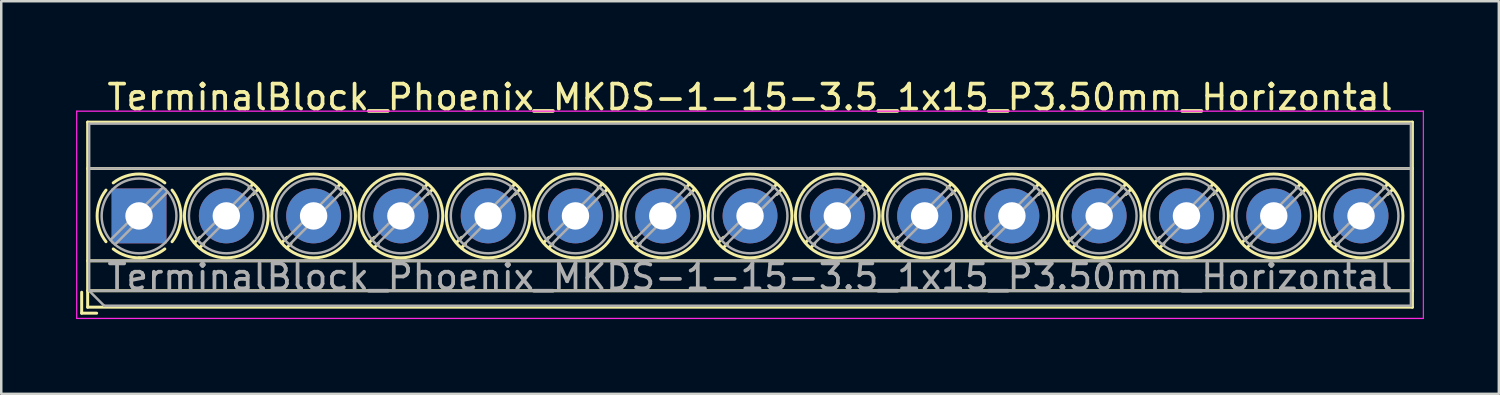
<source format=kicad_pcb>
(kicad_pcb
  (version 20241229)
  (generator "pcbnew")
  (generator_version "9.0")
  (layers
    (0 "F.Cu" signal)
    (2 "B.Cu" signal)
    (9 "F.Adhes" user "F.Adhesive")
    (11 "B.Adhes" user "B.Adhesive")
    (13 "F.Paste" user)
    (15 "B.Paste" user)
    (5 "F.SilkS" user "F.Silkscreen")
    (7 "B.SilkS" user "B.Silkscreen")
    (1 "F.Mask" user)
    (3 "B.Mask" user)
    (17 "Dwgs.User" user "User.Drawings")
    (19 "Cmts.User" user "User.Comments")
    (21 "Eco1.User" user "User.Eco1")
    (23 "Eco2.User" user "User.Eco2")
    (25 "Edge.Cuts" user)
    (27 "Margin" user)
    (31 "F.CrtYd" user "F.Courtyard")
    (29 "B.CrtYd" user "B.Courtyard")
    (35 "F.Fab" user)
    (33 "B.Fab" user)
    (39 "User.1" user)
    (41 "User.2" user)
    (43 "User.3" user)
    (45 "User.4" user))
  (footprint "TerminalBlock_Phoenix_MKDS-1-15-3.5_1x15_P3.50mm_Horizontal"
    (layer "F.Cu")
    (at 2.525 5.608)
    (property "Reference" "TerminalBlock_Phoenix_MKDS-1-15-3.5_1x15_P3.50mm_Horizontal" (at 24.5 -4.76 0) (layer "F.SilkS") (effects (font (size 1 1) (thickness 0.15))))
    (attr through_hole)
    (fp_line (start -2.3 3.06) (end -2.3 3.9) (stroke (width 0.12) (type solid)) (layer "F.SilkS"))
    (fp_line (start -2.3 3.9) (end -1.7 3.9) (stroke (width 0.12) (type solid)) (layer "F.SilkS"))
    (fp_line (start -2.06 -3.76) (end -2.06 3.66) (stroke (width 0.12) (type solid)) (layer "F.SilkS"))
    (fp_line (start -2.06 -3.76) (end 51.06 -3.76) (stroke (width 0.12) (type solid)) (layer "F.SilkS"))
    (fp_line (start -2.06 -1.9) (end 51.06 -1.9) (stroke (width 0.12) (type solid)) (layer "F.SilkS"))
    (fp_line (start -2.06 1.8) (end 51.06 1.8) (stroke (width 0.12) (type solid)) (layer "F.SilkS"))
    (fp_line (start -2.06 3) (end 51.06 3) (stroke (width 0.12) (type solid)) (layer "F.SilkS"))
    (fp_line (start -2.06 3.66) (end 51.06 3.66) (stroke (width 0.12) (type solid)) (layer "F.SilkS"))
    (fp_line (start 2.437 0.859) (end 2.226 1.069) (stroke (width 0.12) (type solid)) (layer "F.SilkS"))
    (fp_line (start 2.595 1.11) (end 2.431 1.274) (stroke (width 0.12) (type solid)) (layer "F.SilkS"))
    (fp_line (start 4.57 -1.275) (end 4.406 -1.111) (stroke (width 0.12) (type solid)) (layer "F.SilkS"))
    (fp_line (start 4.775 -1.069) (end 4.564 -0.859) (stroke (width 0.12) (type solid)) (layer "F.SilkS"))
    (fp_line (start 5.937 0.859) (end 5.726 1.069) (stroke (width 0.12) (type solid)) (layer "F.SilkS"))
    (fp_line (start 6.095 1.11) (end 5.931 1.274) (stroke (width 0.12) (type solid)) (layer "F.SilkS"))
    (fp_line (start 8.07 -1.275) (end 7.906 -1.111) (stroke (width 0.12) (type solid)) (layer "F.SilkS"))
    (fp_line (start 8.275 -1.069) (end 8.064 -0.859) (stroke (width 0.12) (type solid)) (layer "F.SilkS"))
    (fp_line (start 9.437 0.859) (end 9.226 1.069) (stroke (width 0.12) (type solid)) (layer "F.SilkS"))
    (fp_line (start 9.595 1.11) (end 9.431 1.274) (stroke (width 0.12) (type solid)) (layer "F.SilkS"))
    (fp_line (start 11.57 -1.275) (end 11.406 -1.111) (stroke (width 0.12) (type solid)) (layer "F.SilkS"))
    (fp_line (start 11.775 -1.069) (end 11.564 -0.859) (stroke (width 0.12) (type solid)) (layer "F.SilkS"))
    (fp_line (start 12.937 0.859) (end 12.726 1.069) (stroke (width 0.12) (type solid)) (layer "F.SilkS"))
    (fp_line (start 13.095 1.11) (end 12.931 1.274) (stroke (width 0.12) (type solid)) (layer "F.SilkS"))
    (fp_line (start 15.07 -1.275) (end 14.906 -1.111) (stroke (width 0.12) (type solid)) (layer "F.SilkS"))
    (fp_line (start 15.275 -1.069) (end 15.064 -0.859) (stroke (width 0.12) (type solid)) (layer "F.SilkS"))
    (fp_line (start 16.437 0.859) (end 16.226 1.069) (stroke (width 0.12) (type solid)) (layer "F.SilkS"))
    (fp_line (start 16.595 1.11) (end 16.431 1.274) (stroke (width 0.12) (type solid)) (layer "F.SilkS"))
    (fp_line (start 18.57 -1.275) (end 18.406 -1.111) (stroke (width 0.12) (type solid)) (layer "F.SilkS"))
    (fp_line (start 18.775 -1.069) (end 18.564 -0.859) (stroke (width 0.12) (type solid)) (layer "F.SilkS"))
    (fp_line (start 19.937 0.859) (end 19.726 1.069) (stroke (width 0.12) (type solid)) (layer "F.SilkS"))
    (fp_line (start 20.095 1.11) (end 19.931 1.274) (stroke (width 0.12) (type solid)) (layer "F.SilkS"))
    (fp_line (start 22.07 -1.275) (end 21.906 -1.111) (stroke (width 0.12) (type solid)) (layer "F.SilkS"))
    (fp_line (start 22.275 -1.069) (end 22.064 -0.859) (stroke (width 0.12) (type solid)) (layer "F.SilkS"))
    (fp_line (start 23.437 0.859) (end 23.226 1.069) (stroke (width 0.12) (type solid)) (layer "F.SilkS"))
    (fp_line (start 23.595 1.11) (end 23.431 1.274) (stroke (width 0.12) (type solid)) (layer "F.SilkS"))
    (fp_line (start 25.57 -1.275) (end 25.406 -1.111) (stroke (width 0.12) (type solid)) (layer "F.SilkS"))
    (fp_line (start 25.775 -1.069) (end 25.564 -0.859) (stroke (width 0.12) (type solid)) (layer "F.SilkS"))
    (fp_line (start 26.937 0.859) (end 26.726 1.069) (stroke (width 0.12) (type solid)) (layer "F.SilkS"))
    (fp_line (start 27.095 1.11) (end 26.931 1.274) (stroke (width 0.12) (type solid)) (layer "F.SilkS"))
    (fp_line (start 29.07 -1.275) (end 28.906 -1.111) (stroke (width 0.12) (type solid)) (layer "F.SilkS"))
    (fp_line (start 29.275 -1.069) (end 29.064 -0.859) (stroke (width 0.12) (type solid)) (layer "F.SilkS"))
    (fp_line (start 30.437 0.859) (end 30.226 1.069) (stroke (width 0.12) (type solid)) (layer "F.SilkS"))
    (fp_line (start 30.595 1.11) (end 30.431 1.274) (stroke (width 0.12) (type solid)) (layer "F.SilkS"))
    (fp_line (start 32.57 -1.275) (end 32.406 -1.111) (stroke (width 0.12) (type solid)) (layer "F.SilkS"))
    (fp_line (start 32.775 -1.069) (end 32.564 -0.859) (stroke (width 0.12) (type solid)) (layer "F.SilkS"))
    (fp_line (start 33.937 0.859) (end 33.726 1.069) (stroke (width 0.12) (type solid)) (layer "F.SilkS"))
    (fp_line (start 34.095 1.11) (end 33.931 1.274) (stroke (width 0.12) (type solid)) (layer "F.SilkS"))
    (fp_line (start 36.07 -1.275) (end 35.906 -1.111) (stroke (width 0.12) (type solid)) (layer "F.SilkS"))
    (fp_line (start 36.275 -1.069) (end 36.064 -0.859) (stroke (width 0.12) (type solid)) (layer "F.SilkS"))
    (fp_line (start 37.437 0.859) (end 37.226 1.069) (stroke (width 0.12) (type solid)) (layer "F.SilkS"))
    (fp_line (start 37.595 1.11) (end 37.431 1.274) (stroke (width 0.12) (type solid)) (layer "F.SilkS"))
    (fp_line (start 39.57 -1.275) (end 39.406 -1.111) (stroke (width 0.12) (type solid)) (layer "F.SilkS"))
    (fp_line (start 39.775 -1.069) (end 39.564 -0.859) (stroke (width 0.12) (type solid)) (layer "F.SilkS"))
    (fp_line (start 40.937 0.859) (end 40.726 1.069) (stroke (width 0.12) (type solid)) (layer "F.SilkS"))
    (fp_line (start 41.095 1.11) (end 40.931 1.274) (stroke (width 0.12) (type solid)) (layer "F.SilkS"))
    (fp_line (start 43.07 -1.275) (end 42.906 -1.111) (stroke (width 0.12) (type solid)) (layer "F.SilkS"))
    (fp_line (start 43.275 -1.069) (end 43.064 -0.859) (stroke (width 0.12) (type solid)) (layer "F.SilkS"))
    (fp_line (start 44.437 0.859) (end 44.226 1.069) (stroke (width 0.12) (type solid)) (layer "F.SilkS"))
    (fp_line (start 44.595 1.11) (end 44.431 1.274) (stroke (width 0.12) (type solid)) (layer "F.SilkS"))
    (fp_line (start 46.57 -1.275) (end 46.406 -1.111) (stroke (width 0.12) (type solid)) (layer "F.SilkS"))
    (fp_line (start 46.775 -1.069) (end 46.564 -0.859) (stroke (width 0.12) (type solid)) (layer "F.SilkS"))
    (fp_line (start 47.937 0.859) (end 47.726 1.069) (stroke (width 0.12) (type solid)) (layer "F.SilkS"))
    (fp_line (start 48.095 1.11) (end 47.931 1.274) (stroke (width 0.12) (type solid)) (layer "F.SilkS"))
    (fp_line (start 50.07 -1.275) (end 49.906 -1.111) (stroke (width 0.12) (type solid)) (layer "F.SilkS"))
    (fp_line (start 50.275 -1.069) (end 50.064 -0.859) (stroke (width 0.12) (type solid)) (layer "F.SilkS"))
    (fp_line (start 51.06 -3.76) (end 51.06 3.66) (stroke (width 0.12) (type solid)) (layer "F.SilkS"))
    (fp_arc (start -1.324561 1.034282) (mid -1.680536 -0.000456) (end -1.324 -1.035) (stroke (width 0.12) (type solid)) (layer "F.SilkS"))
    (fp_arc (start -1.034282 -1.324561) (mid 0.000456 -1.680536) (end 1.035 -1.324) (stroke (width 0.12) (type solid)) (layer "F.SilkS"))
    (fp_arc (start 0.028874 1.680288) (mid -0.533674 1.593548) (end -1.035 1.324) (stroke (width 0.12) (type solid)) (layer "F.SilkS"))
    (fp_arc (start 1.034311 1.323858) (mid 0.546954 1.588471) (end 0 1.68) (stroke (width 0.12) (type solid)) (layer "F.SilkS"))
    (fp_arc (start 1.324561 -1.034282) (mid 1.680536 0.000456) (end 1.324 1.035) (stroke (width 0.12) (type solid)) (layer "F.SilkS"))
    (fp_circle (center 3.5 0) (end 5.18 0) (stroke (width 0.12) (type solid)) (fill no) (layer "F.SilkS"))
    (fp_circle (center 7 0) (end 8.68 0) (stroke (width 0.12) (type solid)) (fill no) (layer "F.SilkS"))
    (fp_circle (center 10.5 0) (end 12.18 0) (stroke (width 0.12) (type solid)) (fill no) (layer "F.SilkS"))
    (fp_circle (center 14 0) (end 15.68 0) (stroke (width 0.12) (type solid)) (fill no) (layer "F.SilkS"))
    (fp_circle (center 17.5 0) (end 19.18 0) (stroke (width 0.12) (type solid)) (fill no) (layer "F.SilkS"))
    (fp_circle (center 21 0) (end 22.68 0) (stroke (width 0.12) (type solid)) (fill no) (layer "F.SilkS"))
    (fp_circle (center 24.5 0) (end 26.18 0) (stroke (width 0.12) (type solid)) (fill no) (layer "F.SilkS"))
    (fp_circle (center 28 0) (end 29.68 0) (stroke (width 0.12) (type solid)) (fill no) (layer "F.SilkS"))
    (fp_circle (center 31.5 0) (end 33.18 0) (stroke (width 0.12) (type solid)) (fill no) (layer "F.SilkS"))
    (fp_circle (center 35 0) (end 36.68 0) (stroke (width 0.12) (type solid)) (fill no) (layer "F.SilkS"))
    (fp_circle (center 38.5 0) (end 40.18 0) (stroke (width 0.12) (type solid)) (fill no) (layer "F.SilkS"))
    (fp_circle (center 42 0) (end 43.68 0) (stroke (width 0.12) (type solid)) (fill no) (layer "F.SilkS"))
    (fp_circle (center 45.5 0) (end 47.18 0) (stroke (width 0.12) (type solid)) (fill no) (layer "F.SilkS"))
    (fp_circle (center 49 0) (end 50.68 0) (stroke (width 0.12) (type solid)) (fill no) (layer "F.SilkS"))
    (fp_line (start -2.5 -4.2) (end -2.5 4.11) (stroke (width 0.05) (type solid)) (layer "F.CrtYd"))
    (fp_line (start -2.5 4.11) (end 51.5 4.11) (stroke (width 0.05) (type solid)) (layer "F.CrtYd"))
    (fp_line (start 51.5 -4.2) (end -2.5 -4.2) (stroke (width 0.05) (type solid)) (layer "F.CrtYd"))
    (fp_line (start 51.5 4.11) (end 51.5 -4.2) (stroke (width 0.05) (type solid)) (layer "F.CrtYd"))
    (fp_line (start -2 -3.7) (end 51 -3.7) (stroke (width 0.1) (type solid)) (layer "F.Fab"))
    (fp_line (start -2 -1.9) (end 51 -1.9) (stroke (width 0.1) (type solid)) (layer "F.Fab"))
    (fp_line (start -2 1.8) (end 51 1.8) (stroke (width 0.1) (type solid)) (layer "F.Fab"))
    (fp_line (start -2 3) (end -2 -3.7) (stroke (width 0.1) (type solid)) (layer "F.Fab"))
    (fp_line (start -2 3) (end 51 3) (stroke (width 0.1) (type solid)) (layer "F.Fab"))
    (fp_line (start -1.4 3.6) (end -2 3) (stroke (width 0.1) (type solid)) (layer "F.Fab"))
    (fp_line (start 0.955 -1.138) (end -1.138 0.955) (stroke (width 0.1) (type solid)) (layer "F.Fab"))
    (fp_line (start 1.138 -0.955) (end -0.955 1.138) (stroke (width 0.1) (type solid)) (layer "F.Fab"))
    (fp_line (start 4.455 -1.138) (end 2.363 0.955) (stroke (width 0.1) (type solid)) (layer "F.Fab"))
    (fp_line (start 4.638 -0.955) (end 2.546 1.138) (stroke (width 0.1) (type solid)) (layer "F.Fab"))
    (fp_line (start 7.955 -1.138) (end 5.863 0.955) (stroke (width 0.1) (type solid)) (layer "F.Fab"))
    (fp_line (start 8.138 -0.955) (end 6.046 1.138) (stroke (width 0.1) (type solid)) (layer "F.Fab"))
    (fp_line (start 11.455 -1.138) (end 9.363 0.955) (stroke (width 0.1) (type solid)) (layer "F.Fab"))
    (fp_line (start 11.638 -0.955) (end 9.546 1.138) (stroke (width 0.1) (type solid)) (layer "F.Fab"))
    (fp_line (start 14.955 -1.138) (end 12.863 0.955) (stroke (width 0.1) (type solid)) (layer "F.Fab"))
    (fp_line (start 15.138 -0.955) (end 13.046 1.138) (stroke (width 0.1) (type solid)) (layer "F.Fab"))
    (fp_line (start 18.455 -1.138) (end 16.363 0.955) (stroke (width 0.1) (type solid)) (layer "F.Fab"))
    (fp_line (start 18.638 -0.955) (end 16.546 1.138) (stroke (width 0.1) (type solid)) (layer "F.Fab"))
    (fp_line (start 21.955 -1.138) (end 19.863 0.955) (stroke (width 0.1) (type solid)) (layer "F.Fab"))
    (fp_line (start 22.138 -0.955) (end 20.046 1.138) (stroke (width 0.1) (type solid)) (layer "F.Fab"))
    (fp_line (start 25.455 -1.138) (end 23.363 0.955) (stroke (width 0.1) (type solid)) (layer "F.Fab"))
    (fp_line (start 25.638 -0.955) (end 23.546 1.138) (stroke (width 0.1) (type solid)) (layer "F.Fab"))
    (fp_line (start 28.955 -1.138) (end 26.863 0.955) (stroke (width 0.1) (type solid)) (layer "F.Fab"))
    (fp_line (start 29.138 -0.955) (end 27.046 1.138) (stroke (width 0.1) (type solid)) (layer "F.Fab"))
    (fp_line (start 32.455 -1.138) (end 30.363 0.955) (stroke (width 0.1) (type solid)) (layer "F.Fab"))
    (fp_line (start 32.638 -0.955) (end 30.546 1.138) (stroke (width 0.1) (type solid)) (layer "F.Fab"))
    (fp_line (start 35.955 -1.138) (end 33.863 0.955) (stroke (width 0.1) (type solid)) (layer "F.Fab"))
    (fp_line (start 36.138 -0.955) (end 34.046 1.138) (stroke (width 0.1) (type solid)) (layer "F.Fab"))
    (fp_line (start 39.455 -1.138) (end 37.363 0.955) (stroke (width 0.1) (type solid)) (layer "F.Fab"))
    (fp_line (start 39.638 -0.955) (end 37.546 1.138) (stroke (width 0.1) (type solid)) (layer "F.Fab"))
    (fp_line (start 42.955 -1.138) (end 40.863 0.955) (stroke (width 0.1) (type solid)) (layer "F.Fab"))
    (fp_line (start 43.138 -0.955) (end 41.046 1.138) (stroke (width 0.1) (type solid)) (layer "F.Fab"))
    (fp_line (start 46.455 -1.138) (end 44.363 0.955) (stroke (width 0.1) (type solid)) (layer "F.Fab"))
    (fp_line (start 46.638 -0.955) (end 44.546 1.138) (stroke (width 0.1) (type solid)) (layer "F.Fab"))
    (fp_line (start 49.955 -1.138) (end 47.863 0.955) (stroke (width 0.1) (type solid)) (layer "F.Fab"))
    (fp_line (start 50.138 -0.955) (end 48.046 1.138) (stroke (width 0.1) (type solid)) (layer "F.Fab"))
    (fp_line (start 51 -3.7) (end 51 3.6) (stroke (width 0.1) (type solid)) (layer "F.Fab"))
    (fp_line (start 51 3.6) (end -1.4 3.6) (stroke (width 0.1) (type solid)) (layer "F.Fab"))
    (fp_circle (center 0 0) (end 1.5 0) (stroke (width 0.1) (type solid)) (fill no) (layer "F.Fab"))
    (fp_circle (center 3.5 0) (end 5 0) (stroke (width 0.1) (type solid)) (fill no) (layer "F.Fab"))
    (fp_circle (center 7 0) (end 8.5 0) (stroke (width 0.1) (type solid)) (fill no) (layer "F.Fab"))
    (fp_circle (center 10.5 0) (end 12 0) (stroke (width 0.1) (type solid)) (fill no) (layer "F.Fab"))
    (fp_circle (center 14 0) (end 15.5 0) (stroke (width 0.1) (type solid)) (fill no) (layer "F.Fab"))
    (fp_circle (center 17.5 0) (end 19 0) (stroke (width 0.1) (type solid)) (fill no) (layer "F.Fab"))
    (fp_circle (center 21 0) (end 22.5 0) (stroke (width 0.1) (type solid)) (fill no) (layer "F.Fab"))
    (fp_circle (center 24.5 0) (end 26 0) (stroke (width 0.1) (type solid)) (fill no) (layer "F.Fab"))
    (fp_circle (center 28 0) (end 29.5 0) (stroke (width 0.1) (type solid)) (fill no) (layer "F.Fab"))
    (fp_circle (center 31.5 0) (end 33 0) (stroke (width 0.1) (type solid)) (fill no) (layer "F.Fab"))
    (fp_circle (center 35 0) (end 36.5 0) (stroke (width 0.1) (type solid)) (fill no) (layer "F.Fab"))
    (fp_circle (center 38.5 0) (end 40 0) (stroke (width 0.1) (type solid)) (fill no) (layer "F.Fab"))
    (fp_circle (center 42 0) (end 43.5 0) (stroke (width 0.1) (type solid)) (fill no) (layer "F.Fab"))
    (fp_circle (center 45.5 0) (end 47 0) (stroke (width 0.1) (type solid)) (fill no) (layer "F.Fab"))
    (fp_circle (center 49 0) (end 50.5 0) (stroke (width 0.1) (type solid)) (fill no) (layer "F.Fab"))
    (fp_text user "${REFERENCE}" (at 24.5 2.45 0) (layer "F.Fab") (effects (font (size 1 1) (thickness 0.15))))
    (pad "1" thru_hole rect (at 0 0) (size 2.2 2.2) (drill 1.1) (layers "*.Cu" "*.Mask"))
    (pad "2" thru_hole circle (at 3.5 0) (size 2.2 2.2) (drill 1.1) (layers "*.Cu" "*.Mask"))
    (pad "3" thru_hole circle (at 7 0) (size 2.2 2.2) (drill 1.1) (layers "*.Cu" "*.Mask"))
    (pad "4" thru_hole circle (at 10.5 0) (size 2.2 2.2) (drill 1.1) (layers "*.Cu" "*.Mask"))
    (pad "5" thru_hole circle (at 14 0) (size 2.2 2.2) (drill 1.1) (layers "*.Cu" "*.Mask"))
    (pad "6" thru_hole circle (at 17.5 0) (size 2.2 2.2) (drill 1.1) (layers "*.Cu" "*.Mask"))
    (pad "7" thru_hole circle (at 21 0) (size 2.2 2.2) (drill 1.1) (layers "*.Cu" "*.Mask"))
    (pad "8" thru_hole circle (at 24.5 0) (size 2.2 2.2) (drill 1.1) (layers "*.Cu" "*.Mask"))
    (pad "9" thru_hole circle (at 28 0) (size 2.2 2.2) (drill 1.1) (layers "*.Cu" "*.Mask"))
    (pad "10" thru_hole circle (at 31.5 0) (size 2.2 2.2) (drill 1.1) (layers "*.Cu" "*.Mask"))
    (pad "11" thru_hole circle (at 35 0) (size 2.2 2.2) (drill 1.1) (layers "*.Cu" "*.Mask"))
    (pad "12" thru_hole circle (at 38.5 0) (size 2.2 2.2) (drill 1.1) (layers "*.Cu" "*.Mask"))
    (pad "13" thru_hole circle (at 42 0) (size 2.2 2.2) (drill 1.1) (layers "*.Cu" "*.Mask"))
    (pad "14" thru_hole circle (at 45.5 0) (size 2.2 2.2) (drill 1.1) (layers "*.Cu" "*.Mask"))
    (pad "15" thru_hole circle (at 49 0) (size 2.2 2.2) (drill 1.1) (layers "*.Cu" "*.Mask")))
  (gr_rect
    (start -3 -3)
    (end 57.05 12.743)
    (stroke (width 0.1) (type default))
    (fill no)
    (layer "Edge.Cuts")))
</source>
